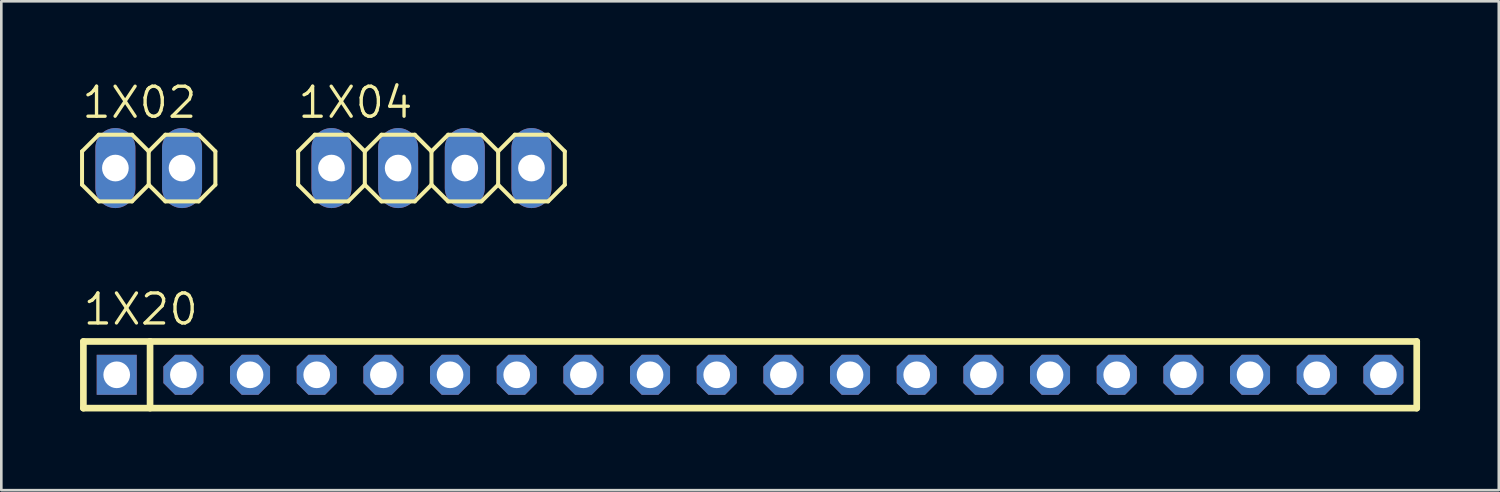
<source format=kicad_pcb>
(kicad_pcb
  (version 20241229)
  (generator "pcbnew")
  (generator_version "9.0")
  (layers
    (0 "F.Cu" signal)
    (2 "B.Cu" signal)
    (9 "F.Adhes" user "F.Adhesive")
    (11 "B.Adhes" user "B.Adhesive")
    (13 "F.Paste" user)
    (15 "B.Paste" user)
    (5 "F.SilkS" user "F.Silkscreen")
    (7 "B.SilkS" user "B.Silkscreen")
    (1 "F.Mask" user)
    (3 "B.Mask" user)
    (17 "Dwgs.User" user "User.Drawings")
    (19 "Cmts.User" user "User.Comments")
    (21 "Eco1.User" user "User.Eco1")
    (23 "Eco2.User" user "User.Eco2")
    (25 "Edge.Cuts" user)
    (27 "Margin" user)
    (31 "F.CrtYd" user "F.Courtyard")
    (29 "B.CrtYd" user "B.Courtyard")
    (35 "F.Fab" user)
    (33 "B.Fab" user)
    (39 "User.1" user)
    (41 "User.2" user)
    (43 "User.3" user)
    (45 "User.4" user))
  (footprint "1X20"
    (layer "F.Cu")
    (at 25.527 11.23)
    (property "Reference" "1X20" (at -25.476 -1.829 0) (layer "F.SilkS") (effects (font (size 1.143 1.143) (thickness 0.127)) (justify left bottom)))
    (fp_line (start -25.4 -1.27) (end -25.4 1.27) (stroke (width 0.254) (type solid)) (layer "F.SilkS"))
    (fp_line (start -25.4 -1.27) (end -22.86 -1.27) (stroke (width 0.254) (type solid)) (layer "F.SilkS"))
    (fp_line (start -22.86 -1.27) (end -22.86 1.27) (stroke (width 0.254) (type solid)) (layer "F.SilkS"))
    (fp_line (start -22.86 -1.27) (end 25.4 -1.27) (stroke (width 0.254) (type solid)) (layer "F.SilkS"))
    (fp_line (start 25.4 -1.27) (end 25.4 1.27) (stroke (width 0.254) (type solid)) (layer "F.SilkS"))
    (fp_line (start 25.4 1.27) (end -25.4 1.27) (stroke (width 0.254) (type solid)) (layer "F.SilkS"))
    (fp_poly (pts (xy -24.384 0.254) (xy -23.876 0.254) (xy -23.876 -0.254) (xy -24.384 -0.254)) (stroke (width 0.1) (type solid)) (fill no) (layer "F.Fab"))
    (fp_poly (pts (xy -21.844 0.254) (xy -21.336 0.254) (xy -21.336 -0.254) (xy -21.844 -0.254)) (stroke (width 0.1) (type solid)) (fill no) (layer "F.Fab"))
    (fp_poly (pts (xy -19.304 0.254) (xy -18.796 0.254) (xy -18.796 -0.254) (xy -19.304 -0.254)) (stroke (width 0.1) (type solid)) (fill no) (layer "F.Fab"))
    (fp_poly (pts (xy -16.764 0.254) (xy -16.256 0.254) (xy -16.256 -0.254) (xy -16.764 -0.254)) (stroke (width 0.1) (type solid)) (fill no) (layer "F.Fab"))
    (fp_poly (pts (xy -14.224 0.254) (xy -13.716 0.254) (xy -13.716 -0.254) (xy -14.224 -0.254)) (stroke (width 0.1) (type solid)) (fill no) (layer "F.Fab"))
    (fp_poly (pts (xy -11.684 0.254) (xy -11.176 0.254) (xy -11.176 -0.254) (xy -11.684 -0.254)) (stroke (width 0.1) (type solid)) (fill no) (layer "F.Fab"))
    (fp_poly (pts (xy -9.144 0.254) (xy -8.636 0.254) (xy -8.636 -0.254) (xy -9.144 -0.254)) (stroke (width 0.1) (type solid)) (fill no) (layer "F.Fab"))
    (fp_poly (pts (xy -6.604 0.254) (xy -6.096 0.254) (xy -6.096 -0.254) (xy -6.604 -0.254)) (stroke (width 0.1) (type solid)) (fill no) (layer "F.Fab"))
    (fp_poly (pts (xy -4.064 0.254) (xy -3.556 0.254) (xy -3.556 -0.254) (xy -4.064 -0.254)) (stroke (width 0.1) (type solid)) (fill no) (layer "F.Fab"))
    (fp_poly (pts (xy -1.524 0.254) (xy -1.016 0.254) (xy -1.016 -0.254) (xy -1.524 -0.254)) (stroke (width 0.1) (type solid)) (fill no) (layer "F.Fab"))
    (fp_poly (pts (xy 1.016 0.254) (xy 1.524 0.254) (xy 1.524 -0.254) (xy 1.016 -0.254)) (stroke (width 0.1) (type solid)) (fill no) (layer "F.Fab"))
    (fp_poly (pts (xy 3.556 0.254) (xy 4.064 0.254) (xy 4.064 -0.254) (xy 3.556 -0.254)) (stroke (width 0.1) (type solid)) (fill no) (layer "F.Fab"))
    (fp_poly (pts (xy 6.096 0.254) (xy 6.604 0.254) (xy 6.604 -0.254) (xy 6.096 -0.254)) (stroke (width 0.1) (type solid)) (fill no) (layer "F.Fab"))
    (fp_poly (pts (xy 8.636 0.254) (xy 9.144 0.254) (xy 9.144 -0.254) (xy 8.636 -0.254)) (stroke (width 0.1) (type solid)) (fill no) (layer "F.Fab"))
    (fp_poly (pts (xy 11.176 0.254) (xy 11.684 0.254) (xy 11.684 -0.254) (xy 11.176 -0.254)) (stroke (width 0.1) (type solid)) (fill no) (layer "F.Fab"))
    (fp_poly (pts (xy 13.716 0.254) (xy 14.224 0.254) (xy 14.224 -0.254) (xy 13.716 -0.254)) (stroke (width 0.1) (type solid)) (fill no) (layer "F.Fab"))
    (fp_poly (pts (xy 16.256 0.254) (xy 16.764 0.254) (xy 16.764 -0.254) (xy 16.256 -0.254)) (stroke (width 0.1) (type solid)) (fill no) (layer "F.Fab"))
    (fp_poly (pts (xy 18.796 0.254) (xy 19.304 0.254) (xy 19.304 -0.254) (xy 18.796 -0.254)) (stroke (width 0.1) (type solid)) (fill no) (layer "F.Fab"))
    (fp_poly (pts (xy 21.336 0.254) (xy 21.844 0.254) (xy 21.844 -0.254) (xy 21.336 -0.254)) (stroke (width 0.1) (type solid)) (fill no) (layer "F.Fab"))
    (fp_poly (pts (xy 23.876 0.254) (xy 24.384 0.254) (xy 24.384 -0.254) (xy 23.876 -0.254)) (stroke (width 0.1) (type solid)) (fill no) (layer "F.Fab"))
    (pad "1" thru_hole rect (at -24.13 0 90) (size 1.524 1.524) (drill 1.016) (layers "*.Cu" "*.Mask"))
    (pad "2" thru_hole roundrect (at -21.59 0 90) (size 1.524 1.524) (drill 1.016) (layers "*.Cu" "*.Mask") (roundrect_rratio 0.25) (chamfer_ratio 0.293) (chamfer top_left top_right bottom_left bottom_right))
    (pad "3" thru_hole roundrect (at -19.05 0 90) (size 1.524 1.524) (drill 1.016) (layers "*.Cu" "*.Mask") (roundrect_rratio 0.25) (chamfer_ratio 0.293) (chamfer top_left top_right bottom_left bottom_right))
    (pad "4" thru_hole roundrect (at -16.51 0 90) (size 1.524 1.524) (drill 1.016) (layers "*.Cu" "*.Mask") (roundrect_rratio 0.25) (chamfer_ratio 0.293) (chamfer top_left top_right bottom_left bottom_right))
    (pad "5" thru_hole roundrect (at -13.97 0 90) (size 1.524 1.524) (drill 1.016) (layers "*.Cu" "*.Mask") (roundrect_rratio 0.25) (chamfer_ratio 0.293) (chamfer top_left top_right bottom_left bottom_right))
    (pad "6" thru_hole roundrect (at -11.43 0 90) (size 1.524 1.524) (drill 1.016) (layers "*.Cu" "*.Mask") (roundrect_rratio 0.25) (chamfer_ratio 0.293) (chamfer top_left top_right bottom_left bottom_right))
    (pad "7" thru_hole roundrect (at -8.89 0 90) (size 1.524 1.524) (drill 1.016) (layers "*.Cu" "*.Mask") (roundrect_rratio 0.25) (chamfer_ratio 0.293) (chamfer top_left top_right bottom_left bottom_right))
    (pad "8" thru_hole roundrect (at -6.35 0 90) (size 1.524 1.524) (drill 1.016) (layers "*.Cu" "*.Mask") (roundrect_rratio 0.25) (chamfer_ratio 0.293) (chamfer top_left top_right bottom_left bottom_right))
    (pad "9" thru_hole roundrect (at -3.81 0 90) (size 1.524 1.524) (drill 1.016) (layers "*.Cu" "*.Mask") (roundrect_rratio 0.25) (chamfer_ratio 0.293) (chamfer top_left top_right bottom_left bottom_right))
    (pad "10" thru_hole roundrect (at -1.27 0 90) (size 1.524 1.524) (drill 1.016) (layers "*.Cu" "*.Mask") (roundrect_rratio 0.25) (chamfer_ratio 0.293) (chamfer top_left top_right bottom_left bottom_right))
    (pad "11" thru_hole roundrect (at 1.27 0 90) (size 1.524 1.524) (drill 1.016) (layers "*.Cu" "*.Mask") (roundrect_rratio 0.25) (chamfer_ratio 0.293) (chamfer top_left top_right bottom_left bottom_right))
    (pad "12" thru_hole roundrect (at 3.81 0 90) (size 1.524 1.524) (drill 1.016) (layers "*.Cu" "*.Mask") (roundrect_rratio 0.25) (chamfer_ratio 0.293) (chamfer top_left top_right bottom_left bottom_right))
    (pad "13" thru_hole roundrect (at 6.35 0 90) (size 1.524 1.524) (drill 1.016) (layers "*.Cu" "*.Mask") (roundrect_rratio 0.25) (chamfer_ratio 0.293) (chamfer top_left top_right bottom_left bottom_right))
    (pad "14" thru_hole roundrect (at 8.89 0 90) (size 1.524 1.524) (drill 1.016) (layers "*.Cu" "*.Mask") (roundrect_rratio 0.25) (chamfer_ratio 0.293) (chamfer top_left top_right bottom_left bottom_right))
    (pad "15" thru_hole roundrect (at 11.43 0 90) (size 1.524 1.524) (drill 1.016) (layers "*.Cu" "*.Mask") (roundrect_rratio 0.25) (chamfer_ratio 0.293) (chamfer top_left top_right bottom_left bottom_right))
    (pad "16" thru_hole roundrect (at 13.97 0 90) (size 1.524 1.524) (drill 1.016) (layers "*.Cu" "*.Mask") (roundrect_rratio 0.25) (chamfer_ratio 0.293) (chamfer top_left top_right bottom_left bottom_right))
    (pad "17" thru_hole roundrect (at 16.51 0 90) (size 1.524 1.524) (drill 1.016) (layers "*.Cu" "*.Mask") (roundrect_rratio 0.25) (chamfer_ratio 0.293) (chamfer top_left top_right bottom_left bottom_right))
    (pad "18" thru_hole roundrect (at 19.05 0 90) (size 1.524 1.524) (drill 1.016) (layers "*.Cu" "*.Mask") (roundrect_rratio 0.25) (chamfer_ratio 0.293) (chamfer top_left top_right bottom_left bottom_right))
    (pad "19" thru_hole roundrect (at 21.59 0 90) (size 1.524 1.524) (drill 1.016) (layers "*.Cu" "*.Mask") (roundrect_rratio 0.25) (chamfer_ratio 0.293) (chamfer top_left top_right bottom_left bottom_right))
    (pad "20" thru_hole roundrect (at 24.13 0 90) (size 1.524 1.524) (drill 1.016) (layers "*.Cu" "*.Mask") (roundrect_rratio 0.25) (chamfer_ratio 0.293) (chamfer top_left top_right bottom_left bottom_right)))
  (footprint "1X02"
    (layer "F.Cu")
    (at 2.616 3.353)
    (property "Reference" "1X02" (at -2.616 -1.829 0) (layer "F.SilkS") (effects (font (size 1.143 1.143) (thickness 0.127)) (justify left bottom)))
    (fp_line (start -2.54 -0.635) (end -2.54 0.635) (stroke (width 0.152) (type solid)) (layer "F.SilkS"))
    (fp_line (start -2.54 0.635) (end -1.905 1.27) (stroke (width 0.152) (type solid)) (layer "F.SilkS"))
    (fp_line (start -1.905 -1.27) (end -2.54 -0.635) (stroke (width 0.152) (type solid)) (layer "F.SilkS"))
    (fp_line (start -1.905 -1.27) (end -0.635 -1.27) (stroke (width 0.152) (type solid)) (layer "F.SilkS"))
    (fp_line (start -0.635 -1.27) (end 0 -0.635) (stroke (width 0.152) (type solid)) (layer "F.SilkS"))
    (fp_line (start -0.635 1.27) (end -1.905 1.27) (stroke (width 0.152) (type solid)) (layer "F.SilkS"))
    (fp_line (start 0 -0.635) (end 0 0.635) (stroke (width 0.152) (type solid)) (layer "F.SilkS"))
    (fp_line (start 0 -0.635) (end 0.635 -1.27) (stroke (width 0.152) (type solid)) (layer "F.SilkS"))
    (fp_line (start 0 0.635) (end -0.635 1.27) (stroke (width 0.152) (type solid)) (layer "F.SilkS"))
    (fp_line (start 0.635 -1.27) (end 1.905 -1.27) (stroke (width 0.152) (type solid)) (layer "F.SilkS"))
    (fp_line (start 0.635 1.27) (end 0 0.635) (stroke (width 0.152) (type solid)) (layer "F.SilkS"))
    (fp_line (start 1.905 -1.27) (end 2.54 -0.635) (stroke (width 0.152) (type solid)) (layer "F.SilkS"))
    (fp_line (start 1.905 1.27) (end 0.635 1.27) (stroke (width 0.152) (type solid)) (layer "F.SilkS"))
    (fp_line (start 2.54 -0.635) (end 2.54 0.635) (stroke (width 0.152) (type solid)) (layer "F.SilkS"))
    (fp_line (start 2.54 0.635) (end 1.905 1.27) (stroke (width 0.152) (type solid)) (layer "F.SilkS"))
    (fp_poly (pts (xy -1.524 0.254) (xy -1.016 0.254) (xy -1.016 -0.254) (xy -1.524 -0.254)) (stroke (width 0.1) (type solid)) (fill no) (layer "F.Fab"))
    (fp_poly (pts (xy 1.016 0.254) (xy 1.524 0.254) (xy 1.524 -0.254) (xy 1.016 -0.254)) (stroke (width 0.1) (type solid)) (fill no) (layer "F.Fab"))
    (pad "1" thru_hole oval (at -1.27 0 90) (size 3.048 1.524) (drill 1.016) (layers "*.Cu" "*.Mask"))
    (pad "2" thru_hole oval (at 1.27 0 90) (size 3.048 1.524) (drill 1.016) (layers "*.Cu" "*.Mask")))
  (footprint "1X04"
    (layer "F.Cu")
    (at 13.389 3.353)
    (property "Reference" "1X04" (at -5.156 -1.829 0) (layer "F.SilkS") (effects (font (size 1.143 1.143) (thickness 0.127)) (justify left bottom)))
    (fp_line (start -5.08 -0.635) (end -5.08 0.635) (stroke (width 0.152) (type solid)) (layer "F.SilkS"))
    (fp_line (start -5.08 0.635) (end -4.445 1.27) (stroke (width 0.152) (type solid)) (layer "F.SilkS"))
    (fp_line (start -4.445 -1.27) (end -5.08 -0.635) (stroke (width 0.152) (type solid)) (layer "F.SilkS"))
    (fp_line (start -4.445 -1.27) (end -3.175 -1.27) (stroke (width 0.152) (type solid)) (layer "F.SilkS"))
    (fp_line (start -3.175 -1.27) (end -2.54 -0.635) (stroke (width 0.152) (type solid)) (layer "F.SilkS"))
    (fp_line (start -3.175 1.27) (end -4.445 1.27) (stroke (width 0.152) (type solid)) (layer "F.SilkS"))
    (fp_line (start -2.54 -0.635) (end -2.54 0.635) (stroke (width 0.152) (type solid)) (layer "F.SilkS"))
    (fp_line (start -2.54 -0.635) (end -1.905 -1.27) (stroke (width 0.152) (type solid)) (layer "F.SilkS"))
    (fp_line (start -2.54 0.635) (end -3.175 1.27) (stroke (width 0.152) (type solid)) (layer "F.SilkS"))
    (fp_line (start -1.905 -1.27) (end -0.635 -1.27) (stroke (width 0.152) (type solid)) (layer "F.SilkS"))
    (fp_line (start -1.905 1.27) (end -2.54 0.635) (stroke (width 0.152) (type solid)) (layer "F.SilkS"))
    (fp_line (start -0.635 -1.27) (end 0 -0.635) (stroke (width 0.152) (type solid)) (layer "F.SilkS"))
    (fp_line (start -0.635 1.27) (end -1.905 1.27) (stroke (width 0.152) (type solid)) (layer "F.SilkS"))
    (fp_line (start 0 -0.635) (end 0 0.635) (stroke (width 0.152) (type solid)) (layer "F.SilkS"))
    (fp_line (start 0 -0.635) (end 0.635 -1.27) (stroke (width 0.152) (type solid)) (layer "F.SilkS"))
    (fp_line (start 0 0.635) (end -0.635 1.27) (stroke (width 0.152) (type solid)) (layer "F.SilkS"))
    (fp_line (start 0.635 -1.27) (end 1.905 -1.27) (stroke (width 0.152) (type solid)) (layer "F.SilkS"))
    (fp_line (start 0.635 1.27) (end 0 0.635) (stroke (width 0.152) (type solid)) (layer "F.SilkS"))
    (fp_line (start 1.905 -1.27) (end 2.54 -0.635) (stroke (width 0.152) (type solid)) (layer "F.SilkS"))
    (fp_line (start 1.905 1.27) (end 0.635 1.27) (stroke (width 0.152) (type solid)) (layer "F.SilkS"))
    (fp_line (start 2.54 -0.635) (end 2.54 0.635) (stroke (width 0.152) (type solid)) (layer "F.SilkS"))
    (fp_line (start 2.54 0.635) (end 1.905 1.27) (stroke (width 0.152) (type solid)) (layer "F.SilkS"))
    (fp_line (start 2.54 0.635) (end 3.175 1.27) (stroke (width 0.152) (type solid)) (layer "F.SilkS"))
    (fp_line (start 3.175 -1.27) (end 2.54 -0.635) (stroke (width 0.152) (type solid)) (layer "F.SilkS"))
    (fp_line (start 3.175 -1.27) (end 4.445 -1.27) (stroke (width 0.152) (type solid)) (layer "F.SilkS"))
    (fp_line (start 4.445 -1.27) (end 5.08 -0.635) (stroke (width 0.152) (type solid)) (layer "F.SilkS"))
    (fp_line (start 4.445 1.27) (end 3.175 1.27) (stroke (width 0.152) (type solid)) (layer "F.SilkS"))
    (fp_line (start 5.08 -0.635) (end 5.08 0.635) (stroke (width 0.152) (type solid)) (layer "F.SilkS"))
    (fp_line (start 5.08 0.635) (end 4.445 1.27) (stroke (width 0.152) (type solid)) (layer "F.SilkS"))
    (fp_poly (pts (xy -4.064 0.254) (xy -3.556 0.254) (xy -3.556 -0.254) (xy -4.064 -0.254)) (stroke (width 0.1) (type solid)) (fill no) (layer "F.Fab"))
    (fp_poly (pts (xy -1.524 0.254) (xy -1.016 0.254) (xy -1.016 -0.254) (xy -1.524 -0.254)) (stroke (width 0.1) (type solid)) (fill no) (layer "F.Fab"))
    (fp_poly (pts (xy 1.016 0.254) (xy 1.524 0.254) (xy 1.524 -0.254) (xy 1.016 -0.254)) (stroke (width 0.1) (type solid)) (fill no) (layer "F.Fab"))
    (fp_poly (pts (xy 3.556 0.254) (xy 4.064 0.254) (xy 4.064 -0.254) (xy 3.556 -0.254)) (stroke (width 0.1) (type solid)) (fill no) (layer "F.Fab"))
    (pad "1" thru_hole oval (at -3.81 0 90) (size 3.048 1.524) (drill 1.016) (layers "*.Cu" "*.Mask"))
    (pad "2" thru_hole oval (at -1.27 0 90) (size 3.048 1.524) (drill 1.016) (layers "*.Cu" "*.Mask"))
    (pad "3" thru_hole oval (at 1.27 0 90) (size 3.048 1.524) (drill 1.016) (layers "*.Cu" "*.Mask"))
    (pad "4" thru_hole oval (at 3.81 0 90) (size 3.048 1.524) (drill 1.016) (layers "*.Cu" "*.Mask")))
  (gr_rect
    (start -3 -3)
    (end 54.054 15.627)
    (stroke (width 0.1) (type default))
    (fill no)
    (layer "Edge.Cuts")))
</source>
